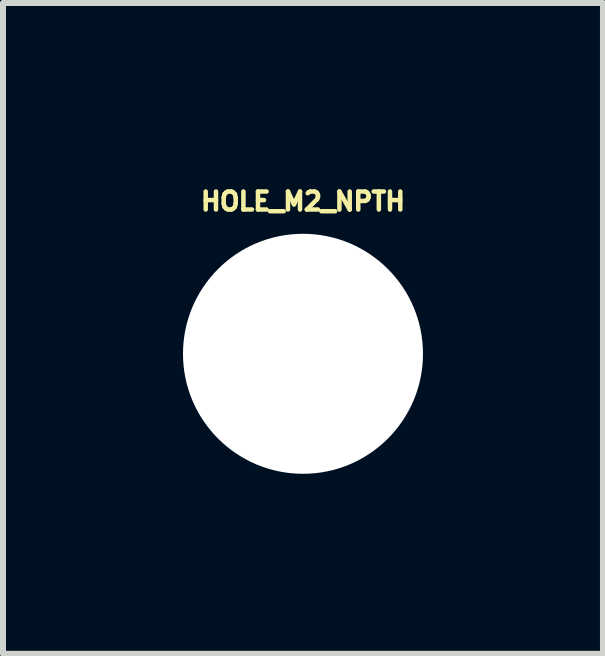
<source format=kicad_pcb>
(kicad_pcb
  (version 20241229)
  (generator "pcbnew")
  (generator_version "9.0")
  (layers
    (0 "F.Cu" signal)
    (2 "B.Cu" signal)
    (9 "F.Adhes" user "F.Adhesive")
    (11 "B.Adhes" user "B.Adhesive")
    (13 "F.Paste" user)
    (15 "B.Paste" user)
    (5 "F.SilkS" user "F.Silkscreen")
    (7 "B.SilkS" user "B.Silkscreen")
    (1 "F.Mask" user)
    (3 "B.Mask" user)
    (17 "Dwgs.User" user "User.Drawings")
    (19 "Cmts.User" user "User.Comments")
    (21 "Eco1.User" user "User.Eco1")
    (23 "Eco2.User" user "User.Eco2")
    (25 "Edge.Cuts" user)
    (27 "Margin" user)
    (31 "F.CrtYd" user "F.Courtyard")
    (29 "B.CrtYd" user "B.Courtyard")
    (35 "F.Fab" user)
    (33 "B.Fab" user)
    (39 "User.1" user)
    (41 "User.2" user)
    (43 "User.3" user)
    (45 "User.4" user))
  (footprint "HOLE_M2_NPTH"
    (layer "F.Cu")
    (at 2 2.847)
    (property "Reference" "HOLE_M2_NPTH" (at 0 -2.54 0) (layer "F.SilkS") (effects (font (size 0.3 0.3) (thickness 0.076))))
    (attr through_hole)
    (pad "" np_thru_hole circle (at 0 0 90) (size 4 4) (drill 4) (layers "*.Cu" "*.Mask")))
  (gr_rect
    (start -3 -3)
    (end 7 7.847)
    (stroke (width 0.1) (type default))
    (fill no)
    (layer "Edge.Cuts")))
</source>
